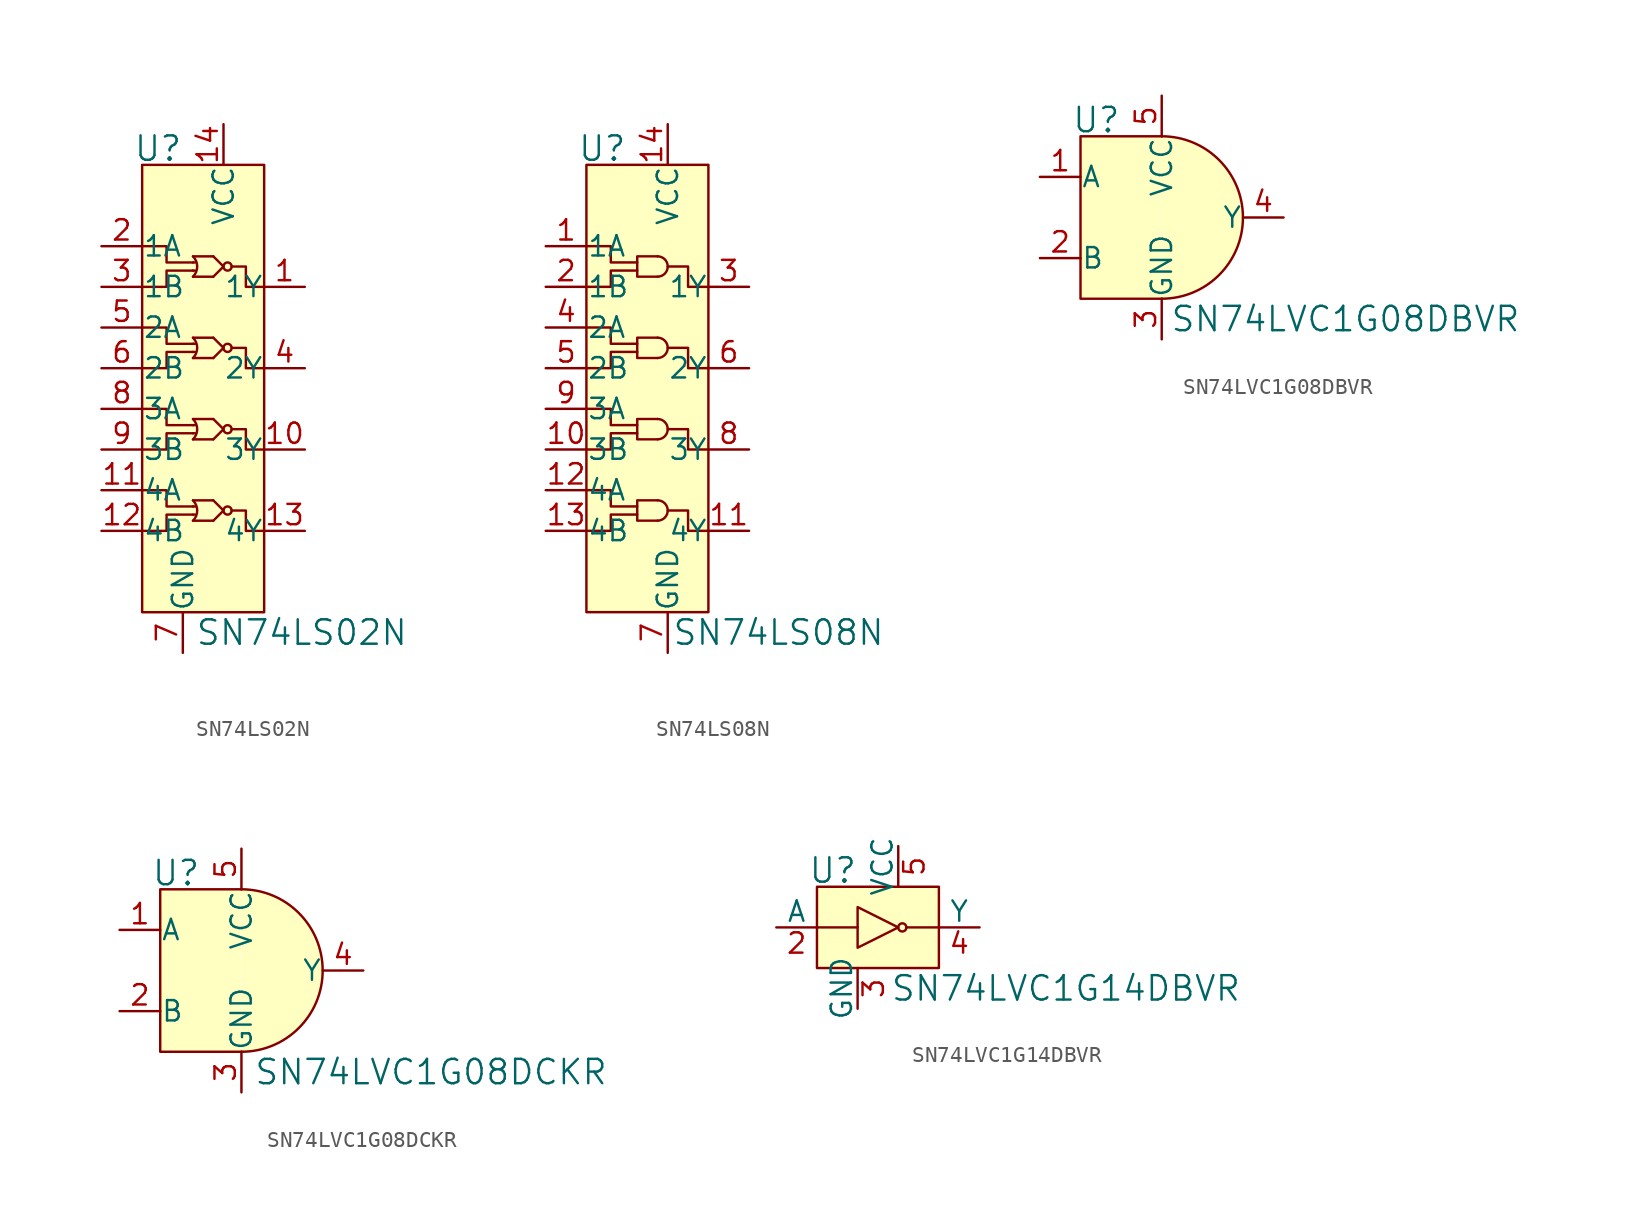
<source format=kicad_sym>
(kicad_symbol_lib
  (version 20201005)
  (generator kicad_symbol_editor)
  (symbol "SN74LS02N"
    (pin_names
      (offset 0.025))
    (property "Reference" "U"
      (at -2.54 8.636 0)
      (effects (font (size 1.524 1.524)) (justify right)))
    (property "Value" "SN74LS02N"
      (at -1.778 -21.59 0)
      (effects (font (size 1.524 1.524)) (justify left)))
    (symbol "SN74LS02N_0_1"
      (arc (start -1.905 -13.335) (end -1.905 -14.605) (radius (at -2.54 -13.97) (length 0.889) (angles 45 -45)) (stroke (width 0)) (fill (type none)))
      (arc (start -1.905 -8.255) (end -1.905 -9.525) (radius (at -2.54 -8.89) (length 0.889) (angles 45 -45)) (stroke (width 0)) (fill (type none)))
      (arc (start -1.905 -3.175) (end -1.905 -4.445) (radius (at -2.54 -3.81) (length 0.889) (angles 45 -45)) (stroke (width 0)) (fill (type none)))
      (arc (start -1.905 1.905) (end -1.905 0.635) (radius (at -2.54 1.27) (length 0.889) (angles 45 -45)) (stroke (width 0)) (fill (type none)))
      (circle (center 0.254 -13.97) (radius 0.254) (stroke (width 0)) (fill (type none)))
      (circle (center 0.254 -8.89) (radius 0.254) (stroke (width 0)) (fill (type none)))
      (circle (center 0.254 -3.81) (radius 0.254) (stroke (width 0)) (fill (type none)))
      (circle (center 0.254 1.27) (radius 0.254) (stroke (width 0)) (fill (type none)))
      (rectangle (start -5.08 7.62) (end 2.54 -20.32) (stroke (width 0)) (fill (type background)))
      (polyline (pts (xy -1.905 -14.224) (xy -1.778 -14.224)) (stroke (width 0)) (fill (type none)))
      (polyline (pts (xy -1.905 -13.716) (xy -1.778 -13.716)) (stroke (width 0)) (fill (type none)))
      (polyline (pts (xy -1.905 -9.144) (xy -1.778 -9.144)) (stroke (width 0)) (fill (type none)))
      (polyline (pts (xy -1.905 -8.636) (xy -1.778 -8.636)) (stroke (width 0)) (fill (type none)))
      (polyline (pts (xy -1.905 -4.064) (xy -1.778 -4.064)) (stroke (width 0)) (fill (type none)))
      (polyline (pts (xy -1.905 -3.556) (xy -1.778 -3.556)) (stroke (width 0)) (fill (type none)))
      (polyline (pts (xy -1.905 1.016) (xy -1.778 1.016)) (stroke (width 0)) (fill (type none)))
      (polyline (pts (xy -1.905 1.524) (xy -1.778 1.524)) (stroke (width 0)) (fill (type none)))
      (polyline (pts (xy -0.635 -14.605) (xy -1.905 -14.605)) (stroke (width 0)) (fill (type none)))
      (polyline (pts (xy -0.635 -13.335) (xy -1.905 -13.335)) (stroke (width 0)) (fill (type none)))
      (polyline (pts (xy -0.635 -9.525) (xy -1.905 -9.525)) (stroke (width 0)) (fill (type none)))
      (polyline (pts (xy -0.635 -8.255) (xy -1.905 -8.255)) (stroke (width 0)) (fill (type none)))
      (polyline (pts (xy -0.635 -4.445) (xy -1.905 -4.445)) (stroke (width 0)) (fill (type none)))
      (polyline (pts (xy -0.635 -3.175) (xy -1.905 -3.175)) (stroke (width 0)) (fill (type none)))
      (polyline (pts (xy -0.635 0.635) (xy -1.905 0.635)) (stroke (width 0)) (fill (type none)))
      (polyline (pts (xy -0.635 1.905) (xy -1.905 1.905)) (stroke (width 0)) (fill (type none)))
      (polyline (pts (xy -0.635 -13.335) (xy 0 -13.97) (xy -0.635 -14.605)) (stroke (width 0)) (fill (type none)))
      (polyline (pts (xy -0.635 -8.255) (xy 0 -8.89) (xy -0.635 -9.525)) (stroke (width 0)) (fill (type none)))
      (polyline (pts (xy -0.635 -3.175) (xy 0 -3.81) (xy -0.635 -4.445)) (stroke (width 0)) (fill (type none)))
      (polyline (pts (xy -0.635 1.905) (xy 0 1.27) (xy -0.635 0.635)) (stroke (width 0)) (fill (type none)))
      (polyline (pts (xy -5.08 -15.24) (xy -3.556 -15.24) (xy -3.556 -14.224) (xy -1.905 -14.224)) (stroke (width 0)) (fill (type none)))
      (polyline (pts (xy -5.08 -10.16) (xy -3.556 -10.16) (xy -3.556 -9.144) (xy -1.905 -9.144)) (stroke (width 0)) (fill (type none)))
      (polyline (pts (xy -5.08 -5.08) (xy -3.556 -5.08) (xy -3.556 -4.064) (xy -1.905 -4.064)) (stroke (width 0)) (fill (type none)))
      (polyline (pts (xy -5.08 0) (xy -3.556 0) (xy -3.556 1.016) (xy -1.905 1.016)) (stroke (width 0)) (fill (type none)))
      (polyline (pts (xy -1.905 -13.716) (xy -3.556 -13.716) (xy -3.556 -12.7) (xy -5.08 -12.7)) (stroke (width 0)) (fill (type none)))
      (polyline (pts (xy -1.905 -8.636) (xy -3.556 -8.636) (xy -3.556 -7.62) (xy -5.08 -7.62)) (stroke (width 0)) (fill (type none)))
      (polyline (pts (xy -1.905 -3.556) (xy -3.556 -3.556) (xy -3.556 -2.54) (xy -5.08 -2.54)) (stroke (width 0)) (fill (type none)))
      (polyline (pts (xy -1.905 1.524) (xy -3.556 1.524) (xy -3.556 2.54) (xy -5.08 2.54)) (stroke (width 0)) (fill (type none)))
      (polyline (pts (xy 0.508 -13.97) (xy 1.397 -13.97) (xy 1.397 -15.24) (xy 2.54 -15.24)) (stroke (width 0)) (fill (type none)))
      (polyline (pts (xy 0.508 -8.89) (xy 1.397 -8.89) (xy 1.397 -10.16) (xy 2.54 -10.16)) (stroke (width 0)) (fill (type none)))
      (polyline (pts (xy 0.508 -3.81) (xy 1.397 -3.81) (xy 1.397 -5.08) (xy 2.54 -5.08)) (stroke (width 0)) (fill (type none)))
      (polyline (pts (xy 0.508 1.27) (xy 1.397 1.27) (xy 1.397 0) (xy 2.54 0)) (stroke (width 0)) (fill (type none))))
    (symbol "SN74LS02N_1_1"
      (pin output line (at 5.08 0 180) (length 2.54) (name "1Y" (effects (font (size 1.27 1.27)))) (number "1" (effects (font (size 1.27 1.27)))))
      (pin input line (at -7.62 2.54 0) (length 2.54) (name "1A" (effects (font (size 1.27 1.27)))) (number "2" (effects (font (size 1.27 1.27)))))
      (pin input line (at -7.62 0 0) (length 2.54) (name "1B" (effects (font (size 1.27 1.27)))) (number "3" (effects (font (size 1.27 1.27)))))
      (pin output line (at 5.08 -5.08 180) (length 2.54) (name "2Y" (effects (font (size 1.27 1.27)))) (number "4" (effects (font (size 1.27 1.27)))))
      (pin input line (at -7.62 -2.54 0) (length 2.54) (name "2A" (effects (font (size 1.27 1.27)))) (number "5" (effects (font (size 1.27 1.27)))))
      (pin input line (at -7.62 -5.08 0) (length 2.54) (name "2B" (effects (font (size 1.27 1.27)))) (number "6" (effects (font (size 1.27 1.27)))))
      (pin power_in line (at -2.54 -22.86 90) (length 2.54) (name "GND" (effects (font (size 1.27 1.27)))) (number "7" (effects (font (size 1.27 1.27)))))
      (pin input line (at -7.62 -7.62 0) (length 2.54) (name "3A" (effects (font (size 1.27 1.27)))) (number "8" (effects (font (size 1.27 1.27)))))
      (pin input line (at -7.62 -10.16 0) (length 2.54) (name "3B" (effects (font (size 1.27 1.27)))) (number "9" (effects (font (size 1.27 1.27)))))
      (pin output line (at 5.08 -10.16 180) (length 2.54) (name "3Y" (effects (font (size 1.27 1.27)))) (number "10" (effects (font (size 1.27 1.27)))))
      (pin input line (at -7.62 -12.7 0) (length 2.54) (name "4A" (effects (font (size 1.27 1.27)))) (number "11" (effects (font (size 1.27 1.27)))))
      (pin input line (at -7.62 -15.24 0) (length 2.54) (name "4B" (effects (font (size 1.27 1.27)))) (number "12" (effects (font (size 1.27 1.27)))))
      (pin output line (at 5.08 -15.24 180) (length 2.54) (name "4Y" (effects (font (size 1.27 1.27)))) (number "13" (effects (font (size 1.27 1.27)))))
      (pin power_in line (at 0 10.16 270) (length 2.54) (name "VCC" (effects (font (size 1.27 1.27)))) (number "14" (effects (font (size 1.27 1.27)))))))
  (symbol "SN74LS08N"
    (pin_names
      (offset 0.025))
    (property "Reference" "U"
      (at -2.54 8.636 0)
      (effects (font (size 1.524 1.524)) (justify right)))
    (property "Value" "SN74LS08N"
      (at 0.254 -21.59 0)
      (effects (font (size 1.524 1.524)) (justify left)))
    (symbol "SN74LS08N_0_1"
      (arc (start -0.635 -14.605) (end -0.635 -13.335) (radius (at -0.635 -13.97) (length 0.635) (angles -89.9 89.9)) (stroke (width 0)) (fill (type none)))
      (arc (start -0.635 -9.525) (end -0.635 -8.255) (radius (at -0.635 -8.89) (length 0.635) (angles -89.9 89.9)) (stroke (width 0)) (fill (type none)))
      (arc (start -0.635 -4.445) (end -0.635 -3.175) (radius (at -0.635 -3.81) (length 0.635) (angles -89.9 89.9)) (stroke (width 0)) (fill (type none)))
      (arc (start -0.635 0.635) (end -0.635 1.905) (radius (at -0.635 1.27) (length 0.635) (angles -89.9 89.9)) (stroke (width 0)) (fill (type none)))
      (rectangle (start -5.08 7.62) (end 2.54 -20.32) (stroke (width 0)) (fill (type background)))
      (polyline (pts (xy -5.08 -15.24) (xy -3.556 -15.24) (xy -3.556 -14.224) (xy -1.905 -14.224)) (stroke (width 0)) (fill (type none)))
      (polyline (pts (xy -5.08 -10.16) (xy -3.556 -10.16) (xy -3.556 -9.144) (xy -1.905 -9.144)) (stroke (width 0)) (fill (type none)))
      (polyline (pts (xy -5.08 -5.08) (xy -3.556 -5.08) (xy -3.556 -4.064) (xy -1.905 -4.064)) (stroke (width 0)) (fill (type none)))
      (polyline (pts (xy -5.08 0) (xy -3.556 0) (xy -3.556 1.016) (xy -1.905 1.016)) (stroke (width 0)) (fill (type none)))
      (polyline (pts (xy -1.905 -13.716) (xy -3.556 -13.716) (xy -3.556 -12.7) (xy -5.08 -12.7)) (stroke (width 0)) (fill (type none)))
      (polyline (pts (xy -1.905 -8.636) (xy -3.556 -8.636) (xy -3.556 -7.62) (xy -5.08 -7.62)) (stroke (width 0)) (fill (type none)))
      (polyline (pts (xy -1.905 -3.556) (xy -3.556 -3.556) (xy -3.556 -2.54) (xy -5.08 -2.54)) (stroke (width 0)) (fill (type none)))
      (polyline (pts (xy -1.905 1.524) (xy -3.556 1.524) (xy -3.556 2.54) (xy -5.08 2.54)) (stroke (width 0)) (fill (type none)))
      (polyline (pts (xy -0.635 -13.335) (xy -1.905 -13.335) (xy -1.905 -14.605) (xy -0.635 -14.605)) (stroke (width 0)) (fill (type none)))
      (polyline (pts (xy -0.635 -8.255) (xy -1.905 -8.255) (xy -1.905 -9.525) (xy -0.635 -9.525)) (stroke (width 0)) (fill (type none)))
      (polyline (pts (xy -0.635 -3.175) (xy -1.905 -3.175) (xy -1.905 -4.445) (xy -0.635 -4.445)) (stroke (width 0)) (fill (type none)))
      (polyline (pts (xy -0.635 1.905) (xy -1.905 1.905) (xy -1.905 0.635) (xy -0.635 0.635)) (stroke (width 0)) (fill (type none)))
      (polyline (pts (xy 2.54 -15.24) (xy 1.27 -15.24) (xy 1.27 -13.97) (xy 0 -13.97)) (stroke (width 0)) (fill (type none)))
      (polyline (pts (xy 2.54 -10.16) (xy 1.27 -10.16) (xy 1.27 -8.89) (xy 0 -8.89)) (stroke (width 0)) (fill (type none)))
      (polyline (pts (xy 2.54 -5.08) (xy 1.27 -5.08) (xy 1.27 -3.81) (xy 0 -3.81)) (stroke (width 0)) (fill (type none)))
      (polyline (pts (xy 2.54 0) (xy 1.27 0) (xy 1.27 1.27) (xy 0 1.27)) (stroke (width 0)) (fill (type none))))
    (symbol "SN74LS08N_1_1"
      (pin input line (at -7.62 2.54 0) (length 2.54) (name "1A" (effects (font (size 1.27 1.27)))) (number "1" (effects (font (size 1.27 1.27)))))
      (pin input line (at -7.62 0 0) (length 2.54) (name "1B" (effects (font (size 1.27 1.27)))) (number "2" (effects (font (size 1.27 1.27)))))
      (pin output line (at 5.08 0 180) (length 2.54) (name "1Y" (effects (font (size 1.27 1.27)))) (number "3" (effects (font (size 1.27 1.27)))))
      (pin input line (at -7.62 -2.54 0) (length 2.54) (name "2A" (effects (font (size 1.27 1.27)))) (number "4" (effects (font (size 1.27 1.27)))))
      (pin input line (at -7.62 -5.08 0) (length 2.54) (name "2B" (effects (font (size 1.27 1.27)))) (number "5" (effects (font (size 1.27 1.27)))))
      (pin output line (at 5.08 -5.08 180) (length 2.54) (name "2Y" (effects (font (size 1.27 1.27)))) (number "6" (effects (font (size 1.27 1.27)))))
      (pin power_in line (at 0 -22.86 90) (length 2.54) (name "GND" (effects (font (size 1.27 1.27)))) (number "7" (effects (font (size 1.27 1.27)))))
      (pin output line (at 5.08 -10.16 180) (length 2.54) (name "3Y" (effects (font (size 1.27 1.27)))) (number "8" (effects (font (size 1.27 1.27)))))
      (pin input line (at -7.62 -7.62 0) (length 2.54) (name "3A" (effects (font (size 1.27 1.27)))) (number "9" (effects (font (size 1.27 1.27)))))
      (pin input line (at -7.62 -10.16 0) (length 2.54) (name "3B" (effects (font (size 1.27 1.27)))) (number "10" (effects (font (size 1.27 1.27)))))
      (pin output line (at 5.08 -15.24 180) (length 2.54) (name "4Y" (effects (font (size 1.27 1.27)))) (number "11" (effects (font (size 1.27 1.27)))))
      (pin input line (at -7.62 -12.7 0) (length 2.54) (name "4A" (effects (font (size 1.27 1.27)))) (number "12" (effects (font (size 1.27 1.27)))))
      (pin input line (at -7.62 -15.24 0) (length 2.54) (name "4B" (effects (font (size 1.27 1.27)))) (number "13" (effects (font (size 1.27 1.27)))))
      (pin power_in line (at 0 10.16 270) (length 2.54) (name "VCC" (effects (font (size 1.27 1.27)))) (number "14" (effects (font (size 1.27 1.27)))))))
  (symbol "SN74LVC1G08DBVR"
    (pin_names
      (offset 0.025))
    (property "Reference" "U"
      (at -2.54 6.096 0)
      (effects (font (size 1.524 1.524)) (justify right)))
    (property "Value" "SN74LVC1G08DBVR"
      (at 0.508 -6.35 0)
      (effects (font (size 1.524 1.524)) (justify left)))
    (symbol "SN74LVC1G08DBVR_1_1"
      (arc (start 0 -5.08) (end 0 5.08) (radius (at 0 0) (length 5.08) (angles -89.9 89.9)) (stroke (width 0)) (fill (type background)))
      (polyline (pts (xy 0 5.08) (xy -5.08 5.08) (xy -5.08 -5.08) (xy 0 -5.08)) (stroke (width 0)) (fill (type background)))
      (pin input line (at -7.62 2.54 0) (length 2.54) (name "A" (effects (font (size 1.27 1.27)))) (number "1" (effects (font (size 1.27 1.27)))))
      (pin input line (at -7.62 -2.54 0) (length 2.54) (name "B" (effects (font (size 1.27 1.27)))) (number "2" (effects (font (size 1.27 1.27)))))
      (pin power_in line (at 0 -7.62 90) (length 2.54) (name "GND" (effects (font (size 1.27 1.27)))) (number "3" (effects (font (size 1.27 1.27)))))
      (pin output line (at 7.62 0 180) (length 2.54) (name "Y" (effects (font (size 1.27 1.27)))) (number "4" (effects (font (size 1.27 1.27)))))
      (pin power_in line (at 0 7.62 270) (length 2.54) (name "VCC" (effects (font (size 1.27 1.27)))) (number "5" (effects (font (size 1.27 1.27)))))))
  (symbol "SN74LVC1G08DCKR"
    (pin_names
      (offset 0.025))
    (property "Reference" "U"
      (at -2.54 6.096 0)
      (effects (font (size 1.524 1.524)) (justify right)))
    (property "Value" "SN74LVC1G08DCKR"
      (at 0.762 -6.35 0)
      (effects (font (size 1.524 1.524)) (justify left)))
    (symbol "SN74LVC1G08DCKR_1_1"
      (arc (start 0 -5.08) (end 0 5.08) (radius (at 0 0) (length 5.08) (angles -89.9 89.9)) (stroke (width 0)) (fill (type background)))
      (polyline (pts (xy 0 5.08) (xy -5.08 5.08) (xy -5.08 -5.08) (xy 0 -5.08)) (stroke (width 0)) (fill (type background)))
      (pin input line (at -7.62 2.54 0) (length 2.54) (name "A" (effects (font (size 1.27 1.27)))) (number "1" (effects (font (size 1.27 1.27)))))
      (pin input line (at -7.62 -2.54 0) (length 2.54) (name "B" (effects (font (size 1.27 1.27)))) (number "2" (effects (font (size 1.27 1.27)))))
      (pin power_in line (at 0 -7.62 90) (length 2.54) (name "GND" (effects (font (size 1.27 1.27)))) (number "3" (effects (font (size 1.27 1.27)))))
      (pin output line (at 7.62 0 180) (length 2.54) (name "Y" (effects (font (size 1.27 1.27)))) (number "4" (effects (font (size 1.27 1.27)))))
      (pin power_in line (at 0 7.62 270) (length 2.54) (name "VCC" (effects (font (size 1.27 1.27)))) (number "5" (effects (font (size 1.27 1.27)))))))
  (symbol "SN74LVC1G14DBVR"
    (pin_names
      (offset 0))
    (property "Reference" "U"
      (at -2.54 3.556 0)
      (effects (font (size 1.524 1.524)) (justify right)))
    (property "Value" "SN74LVC1G14DBVR"
      (at -0.508 -3.81 0)
      (effects (font (size 1.524 1.524)) (justify left)))
    (symbol "SN74LVC1G14DBVR_0_1"
      (circle (center 0.254 0) (radius 0.254) (stroke (width 0)) (fill (type none)))
      (rectangle (start -5.08 2.54) (end 2.54 -2.54) (stroke (width 0)) (fill (type background)))
      (polyline (pts (xy -2.54 0) (xy -5.08 0)) (stroke (width 0)) (fill (type none)))
      (polyline (pts (xy 2.54 0) (xy 0.508 0)) (stroke (width 0)) (fill (type none)))
      (polyline (pts (xy -2.54 1.27) (xy -2.54 -1.27) (xy 0 0) (xy -2.54 1.27)) (stroke (width 0)) (fill (type none))))
    (symbol "SN74LVC1G14DBVR_1_1"
      (pin no_connect line (at -2.54 0 0) (length 2.54) hide (name "NC" (effects (font (size 1.27 1.27)))) (number "1" (effects (font (size 1.27 1.27)))))
      (pin input line (at -7.62 0 0) (length 2.54) (name "A" (effects (font (size 1.27 1.27)))) (number "2" (effects (font (size 1.27 1.27)))))
      (pin power_in line (at -2.54 -5.08 90) (length 2.54) (name "GND" (effects (font (size 1.27 1.27)))) (number "3" (effects (font (size 1.27 1.27)))))
      (pin output line (at 5.08 0 180) (length 2.54) (name "Y" (effects (font (size 1.27 1.27)))) (number "4" (effects (font (size 1.27 1.27)))))
      (pin power_in line (at 0 5.08 270) (length 2.54) (name "VCC" (effects (font (size 1.27 1.27)))) (number "5" (effects (font (size 1.27 1.27))))))))
</source>
